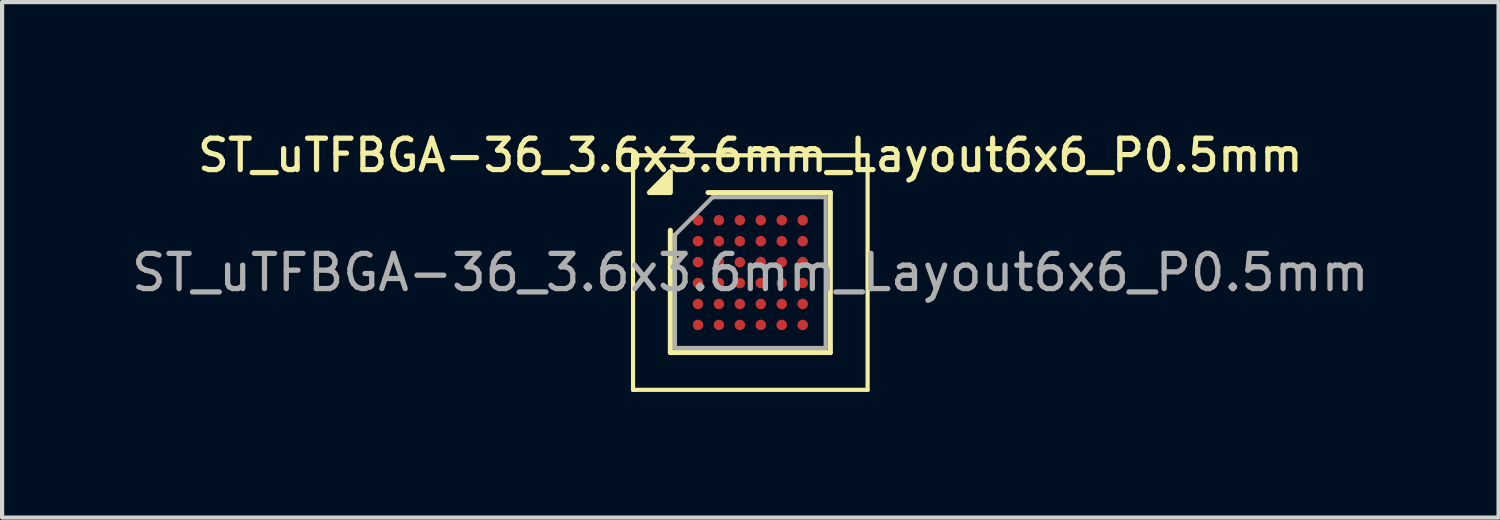
<source format=kicad_pcb>
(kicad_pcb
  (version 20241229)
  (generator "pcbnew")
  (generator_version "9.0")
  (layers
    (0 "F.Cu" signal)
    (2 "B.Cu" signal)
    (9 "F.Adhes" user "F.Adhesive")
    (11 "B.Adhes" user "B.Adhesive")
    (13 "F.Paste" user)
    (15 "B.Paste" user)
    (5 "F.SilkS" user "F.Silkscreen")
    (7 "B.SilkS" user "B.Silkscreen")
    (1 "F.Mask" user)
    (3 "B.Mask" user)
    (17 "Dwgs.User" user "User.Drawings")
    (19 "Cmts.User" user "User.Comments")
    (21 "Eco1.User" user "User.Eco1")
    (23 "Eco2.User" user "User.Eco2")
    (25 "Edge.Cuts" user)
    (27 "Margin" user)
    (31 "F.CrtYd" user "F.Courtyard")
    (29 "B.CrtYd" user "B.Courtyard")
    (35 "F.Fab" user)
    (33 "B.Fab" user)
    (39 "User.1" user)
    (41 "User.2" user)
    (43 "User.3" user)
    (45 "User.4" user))
  (footprint "ST_uTFBGA-36_3.6x3.6mm_Layout6x6_P0.5mm"
    (layer "F.Cu")
    (at 14.865 3.458)
    (property "Reference" "ST_uTFBGA-36_3.6x3.6mm_Layout6x6_P0.5mm" (at 0 -2.8 0) (layer "F.SilkS") (effects (font (size 0.75 0.75) (thickness 0.125))))
    (attr smd)
    (fp_line (start -2.8 -2.8) (end -2.8 2.8) (stroke (width 0.1) (type solid)) (layer "F.SilkS"))
    (fp_line (start -2.8 2.8) (end 2.8 2.8) (stroke (width 0.1) (type solid)) (layer "F.SilkS"))
    (fp_line (start -1.91 1.91) (end -1.91 -1.01) (stroke (width 0.12) (type solid)) (layer "F.SilkS"))
    (fp_line (start -1.01 -1.91) (end 1.91 -1.91) (stroke (width 0.12) (type solid)) (layer "F.SilkS"))
    (fp_line (start 1.91 -1.91) (end 1.91 1.91) (stroke (width 0.12) (type solid)) (layer "F.SilkS"))
    (fp_line (start 1.91 1.91) (end -1.91 1.91) (stroke (width 0.12) (type solid)) (layer "F.SilkS"))
    (fp_line (start 2.8 -2.8) (end -2.8 -2.8) (stroke (width 0.1) (type solid)) (layer "F.SilkS"))
    (fp_line (start 2.8 2.8) (end 2.8 -2.8) (stroke (width 0.1) (type solid)) (layer "F.SilkS"))
    (fp_poly (pts (xy -1.91 -1.91) (xy -2.41 -1.91) (xy -1.91 -2.41) (xy -1.91 -1.91)) (stroke (width 0.12) (type solid)) (fill yes) (layer "F.SilkS"))
    (fp_line (start -1.8 -0.9) (end -0.9 -1.8) (stroke (width 0.1) (type solid)) (layer "F.Fab"))
    (fp_line (start -1.8 1.8) (end -1.8 -0.9) (stroke (width 0.1) (type solid)) (layer "F.Fab"))
    (fp_line (start -0.9 -1.8) (end 1.8 -1.8) (stroke (width 0.1) (type solid)) (layer "F.Fab"))
    (fp_line (start 1.8 -1.8) (end 1.8 1.8) (stroke (width 0.1) (type solid)) (layer "F.Fab"))
    (fp_line (start 1.8 1.8) (end -1.8 1.8) (stroke (width 0.1) (type solid)) (layer "F.Fab"))
    (fp_text user "${REFERENCE}" (at 0 0 0) (layer "F.Fab") (effects (font (size 0.84 0.84) (thickness 0.126))))
    (pad "A1" smd circle (at -1.25 -1.25) (size 0.25 0.25) (property pad_prop_bga) (layers "F.Cu" "F.Mask" "F.Paste"))
    (pad "A2" smd circle (at -0.75 -1.25) (size 0.25 0.25) (property pad_prop_bga) (layers "F.Cu" "F.Mask" "F.Paste"))
    (pad "A3" smd circle (at -0.25 -1.25) (size 0.25 0.25) (property pad_prop_bga) (layers "F.Cu" "F.Mask" "F.Paste"))
    (pad "A4" smd circle (at 0.25 -1.25) (size 0.25 0.25) (property pad_prop_bga) (layers "F.Cu" "F.Mask" "F.Paste"))
    (pad "A5" smd circle (at 0.75 -1.25) (size 0.25 0.25) (property pad_prop_bga) (layers "F.Cu" "F.Mask" "F.Paste"))
    (pad "A6" smd circle (at 1.25 -1.25) (size 0.25 0.25) (property pad_prop_bga) (layers "F.Cu" "F.Mask" "F.Paste"))
    (pad "B1" smd circle (at -1.25 -0.75) (size 0.25 0.25) (property pad_prop_bga) (layers "F.Cu" "F.Mask" "F.Paste"))
    (pad "B2" smd circle (at -0.75 -0.75) (size 0.25 0.25) (property pad_prop_bga) (layers "F.Cu" "F.Mask" "F.Paste"))
    (pad "B3" smd circle (at -0.25 -0.75) (size 0.25 0.25) (property pad_prop_bga) (layers "F.Cu" "F.Mask" "F.Paste"))
    (pad "B4" smd circle (at 0.25 -0.75) (size 0.25 0.25) (property pad_prop_bga) (layers "F.Cu" "F.Mask" "F.Paste"))
    (pad "B5" smd circle (at 0.75 -0.75) (size 0.25 0.25) (property pad_prop_bga) (layers "F.Cu" "F.Mask" "F.Paste"))
    (pad "B6" smd circle (at 1.25 -0.75) (size 0.25 0.25) (property pad_prop_bga) (layers "F.Cu" "F.Mask" "F.Paste"))
    (pad "C1" smd circle (at -1.25 -0.25) (size 0.25 0.25) (property pad_prop_bga) (layers "F.Cu" "F.Mask" "F.Paste"))
    (pad "C2" smd circle (at -0.75 -0.25) (size 0.25 0.25) (property pad_prop_bga) (layers "F.Cu" "F.Mask" "F.Paste"))
    (pad "C3" smd circle (at -0.25 -0.25) (size 0.25 0.25) (property pad_prop_bga) (layers "F.Cu" "F.Mask" "F.Paste"))
    (pad "C4" smd circle (at 0.25 -0.25) (size 0.25 0.25) (property pad_prop_bga) (layers "F.Cu" "F.Mask" "F.Paste"))
    (pad "C5" smd circle (at 0.75 -0.25) (size 0.25 0.25) (property pad_prop_bga) (layers "F.Cu" "F.Mask" "F.Paste"))
    (pad "C6" smd circle (at 1.25 -0.25) (size 0.25 0.25) (property pad_prop_bga) (layers "F.Cu" "F.Mask" "F.Paste"))
    (pad "D1" smd circle (at -1.25 0.25) (size 0.25 0.25) (property pad_prop_bga) (layers "F.Cu" "F.Mask" "F.Paste"))
    (pad "D2" smd circle (at -0.75 0.25) (size 0.25 0.25) (property pad_prop_bga) (layers "F.Cu" "F.Mask" "F.Paste"))
    (pad "D3" smd circle (at -0.25 0.25) (size 0.25 0.25) (property pad_prop_bga) (layers "F.Cu" "F.Mask" "F.Paste"))
    (pad "D4" smd circle (at 0.25 0.25) (size 0.25 0.25) (property pad_prop_bga) (layers "F.Cu" "F.Mask" "F.Paste"))
    (pad "D5" smd circle (at 0.75 0.25) (size 0.25 0.25) (property pad_prop_bga) (layers "F.Cu" "F.Mask" "F.Paste"))
    (pad "D6" smd circle (at 1.25 0.25) (size 0.25 0.25) (property pad_prop_bga) (layers "F.Cu" "F.Mask" "F.Paste"))
    (pad "E1" smd circle (at -1.25 0.75) (size 0.25 0.25) (property pad_prop_bga) (layers "F.Cu" "F.Mask" "F.Paste"))
    (pad "E2" smd circle (at -0.75 0.75) (size 0.25 0.25) (property pad_prop_bga) (layers "F.Cu" "F.Mask" "F.Paste"))
    (pad "E3" smd circle (at -0.25 0.75) (size 0.25 0.25) (property pad_prop_bga) (layers "F.Cu" "F.Mask" "F.Paste"))
    (pad "E4" smd circle (at 0.25 0.75) (size 0.25 0.25) (property pad_prop_bga) (layers "F.Cu" "F.Mask" "F.Paste"))
    (pad "E5" smd circle (at 0.75 0.75) (size 0.25 0.25) (property pad_prop_bga) (layers "F.Cu" "F.Mask" "F.Paste"))
    (pad "E6" smd circle (at 1.25 0.75) (size 0.25 0.25) (property pad_prop_bga) (layers "F.Cu" "F.Mask" "F.Paste"))
    (pad "F1" smd circle (at -1.25 1.25) (size 0.25 0.25) (property pad_prop_bga) (layers "F.Cu" "F.Mask" "F.Paste"))
    (pad "F2" smd circle (at -0.75 1.25) (size 0.25 0.25) (property pad_prop_bga) (layers "F.Cu" "F.Mask" "F.Paste"))
    (pad "F3" smd circle (at -0.25 1.25) (size 0.25 0.25) (property pad_prop_bga) (layers "F.Cu" "F.Mask" "F.Paste"))
    (pad "F4" smd circle (at 0.25 1.25) (size 0.25 0.25) (property pad_prop_bga) (layers "F.Cu" "F.Mask" "F.Paste"))
    (pad "F5" smd circle (at 0.75 1.25) (size 0.25 0.25) (property pad_prop_bga) (layers "F.Cu" "F.Mask" "F.Paste"))
    (pad "F6" smd circle (at 1.25 1.25) (size 0.25 0.25) (property pad_prop_bga) (layers "F.Cu" "F.Mask" "F.Paste")))
  (gr_rect
    (start -3 -3)
    (end 32.73 9.308)
    (stroke (width 0.1) (type default))
    (fill no)
    (layer "Edge.Cuts")))
</source>
